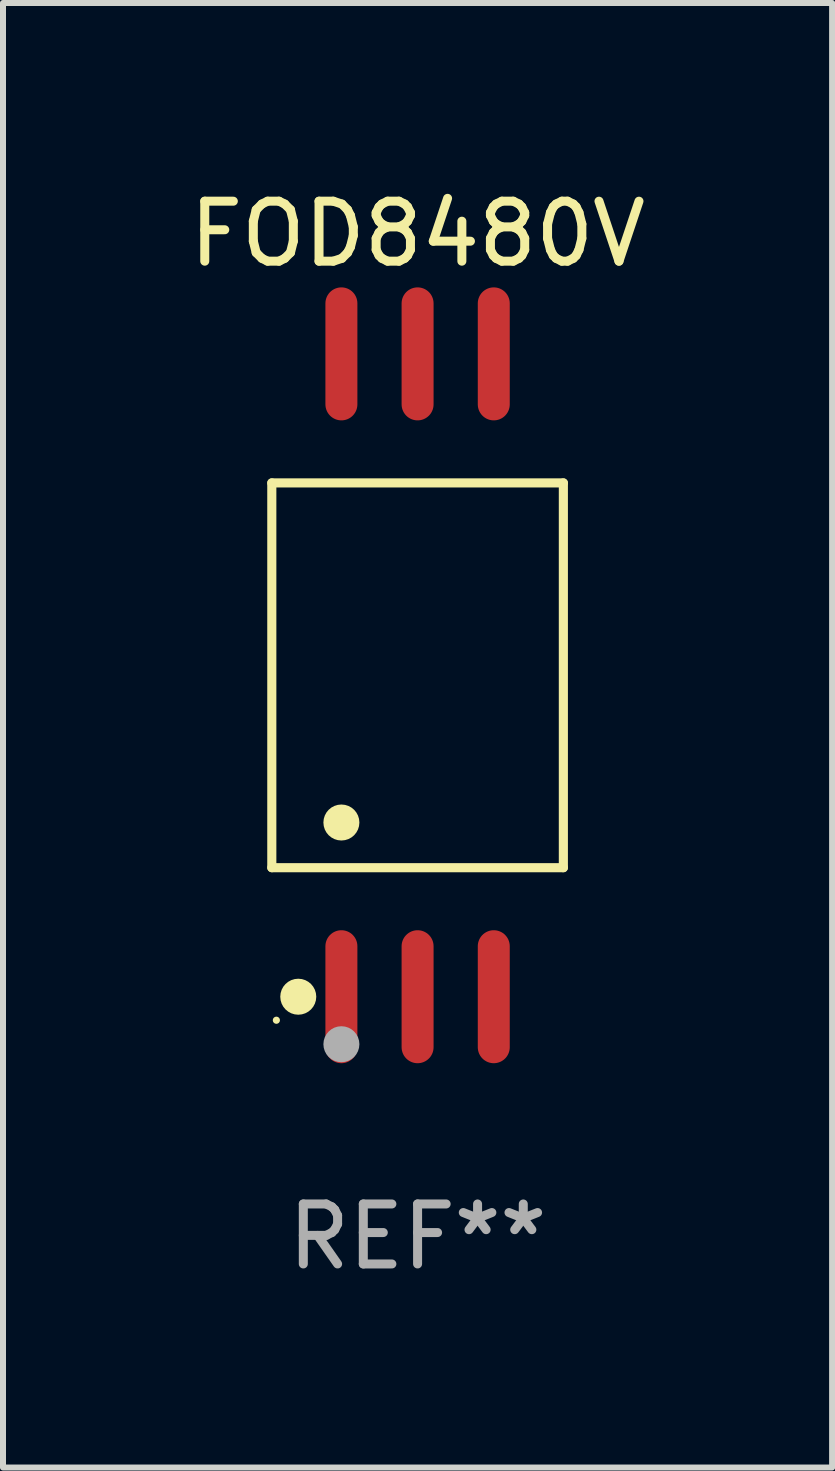
<source format=kicad_pcb>
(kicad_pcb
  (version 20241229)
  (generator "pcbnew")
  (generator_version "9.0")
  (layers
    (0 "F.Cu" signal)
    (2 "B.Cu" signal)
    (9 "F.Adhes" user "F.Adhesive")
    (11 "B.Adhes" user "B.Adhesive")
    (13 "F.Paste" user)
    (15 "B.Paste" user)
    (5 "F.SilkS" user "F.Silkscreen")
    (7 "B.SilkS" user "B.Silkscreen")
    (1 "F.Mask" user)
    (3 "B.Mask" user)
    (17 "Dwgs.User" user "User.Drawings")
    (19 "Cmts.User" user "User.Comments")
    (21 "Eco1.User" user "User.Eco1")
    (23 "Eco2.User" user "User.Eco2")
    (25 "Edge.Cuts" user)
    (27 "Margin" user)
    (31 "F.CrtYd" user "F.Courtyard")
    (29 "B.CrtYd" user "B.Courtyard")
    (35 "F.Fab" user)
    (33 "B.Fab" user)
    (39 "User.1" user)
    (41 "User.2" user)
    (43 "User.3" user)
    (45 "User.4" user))
  (footprint "FOD8480V"
    (layer "F.Cu")
    (at 3.911 8.207)
    (property "Reference" "FOD8480V" (at 0 -7.358 0) (layer "F.SilkS") (effects (font (size 1 1) (thickness 0.15))))
    (attr through_hole)
    (fp_line (start -2.43 -3.207) (end 2.43 -3.207) (stroke (width 0.152) (type solid)) (layer "F.SilkS"))
    (fp_line (start -2.43 3.207) (end -2.43 -3.207) (stroke (width 0.152) (type solid)) (layer "F.SilkS"))
    (fp_line (start 2.43 -3.207) (end 2.43 3.207) (stroke (width 0.152) (type solid)) (layer "F.SilkS"))
    (fp_line (start 2.43 3.207) (end -2.43 3.207) (stroke (width 0.152) (type solid)) (layer "F.SilkS"))
    (fp_circle (center -2.354 5.75) (end -2.324 5.75) (stroke (width 0.06) (type solid)) (fill no) (layer "F.SilkS"))
    (fp_circle (center -1.989 5.358) (end -1.839 5.358) (stroke (width 0.3) (type solid)) (fill no) (layer "F.SilkS"))
    (fp_circle (center -1.27 2.454) (end -1.12 2.454) (stroke (width 0.3) (type solid)) (fill no) (layer "F.SilkS"))
    (fp_circle (center -1.27 6.15) (end -1.12 6.15) (stroke (width 0.3) (type solid)) (fill no) (layer "F.Fab"))
    (fp_text user "REF**" (at 0 9.358 0) (layer "F.Fab") (effects (font (size 1 1) (thickness 0.15))))
    (pad "1" smd oval (at -1.27 5.358) (size 0.533 2.217) (layers "F.Cu" "F.Mask" "F.Paste"))
    (pad "2" smd oval (at 0 5.358) (size 0.533 2.217) (layers "F.Cu" "F.Mask" "F.Paste"))
    (pad "3" smd oval (at 1.27 5.358) (size 0.533 2.217) (layers "F.Cu" "F.Mask" "F.Paste"))
    (pad "4" smd oval (at 1.27 -5.358) (size 0.533 2.217) (layers "F.Cu" "F.Mask" "F.Paste"))
    (pad "5" smd oval (at 0 -5.358) (size 0.533 2.217) (layers "F.Cu" "F.Mask" "F.Paste"))
    (pad "6" smd oval (at -1.27 -5.358) (size 0.533 2.217) (layers "F.Cu" "F.Mask" "F.Paste")))
  (gr_rect
    (start -3 -3)
    (end 10.821 21.413)
    (stroke (width 0.1) (type default))
    (fill no)
    (layer "Edge.Cuts")))
</source>
